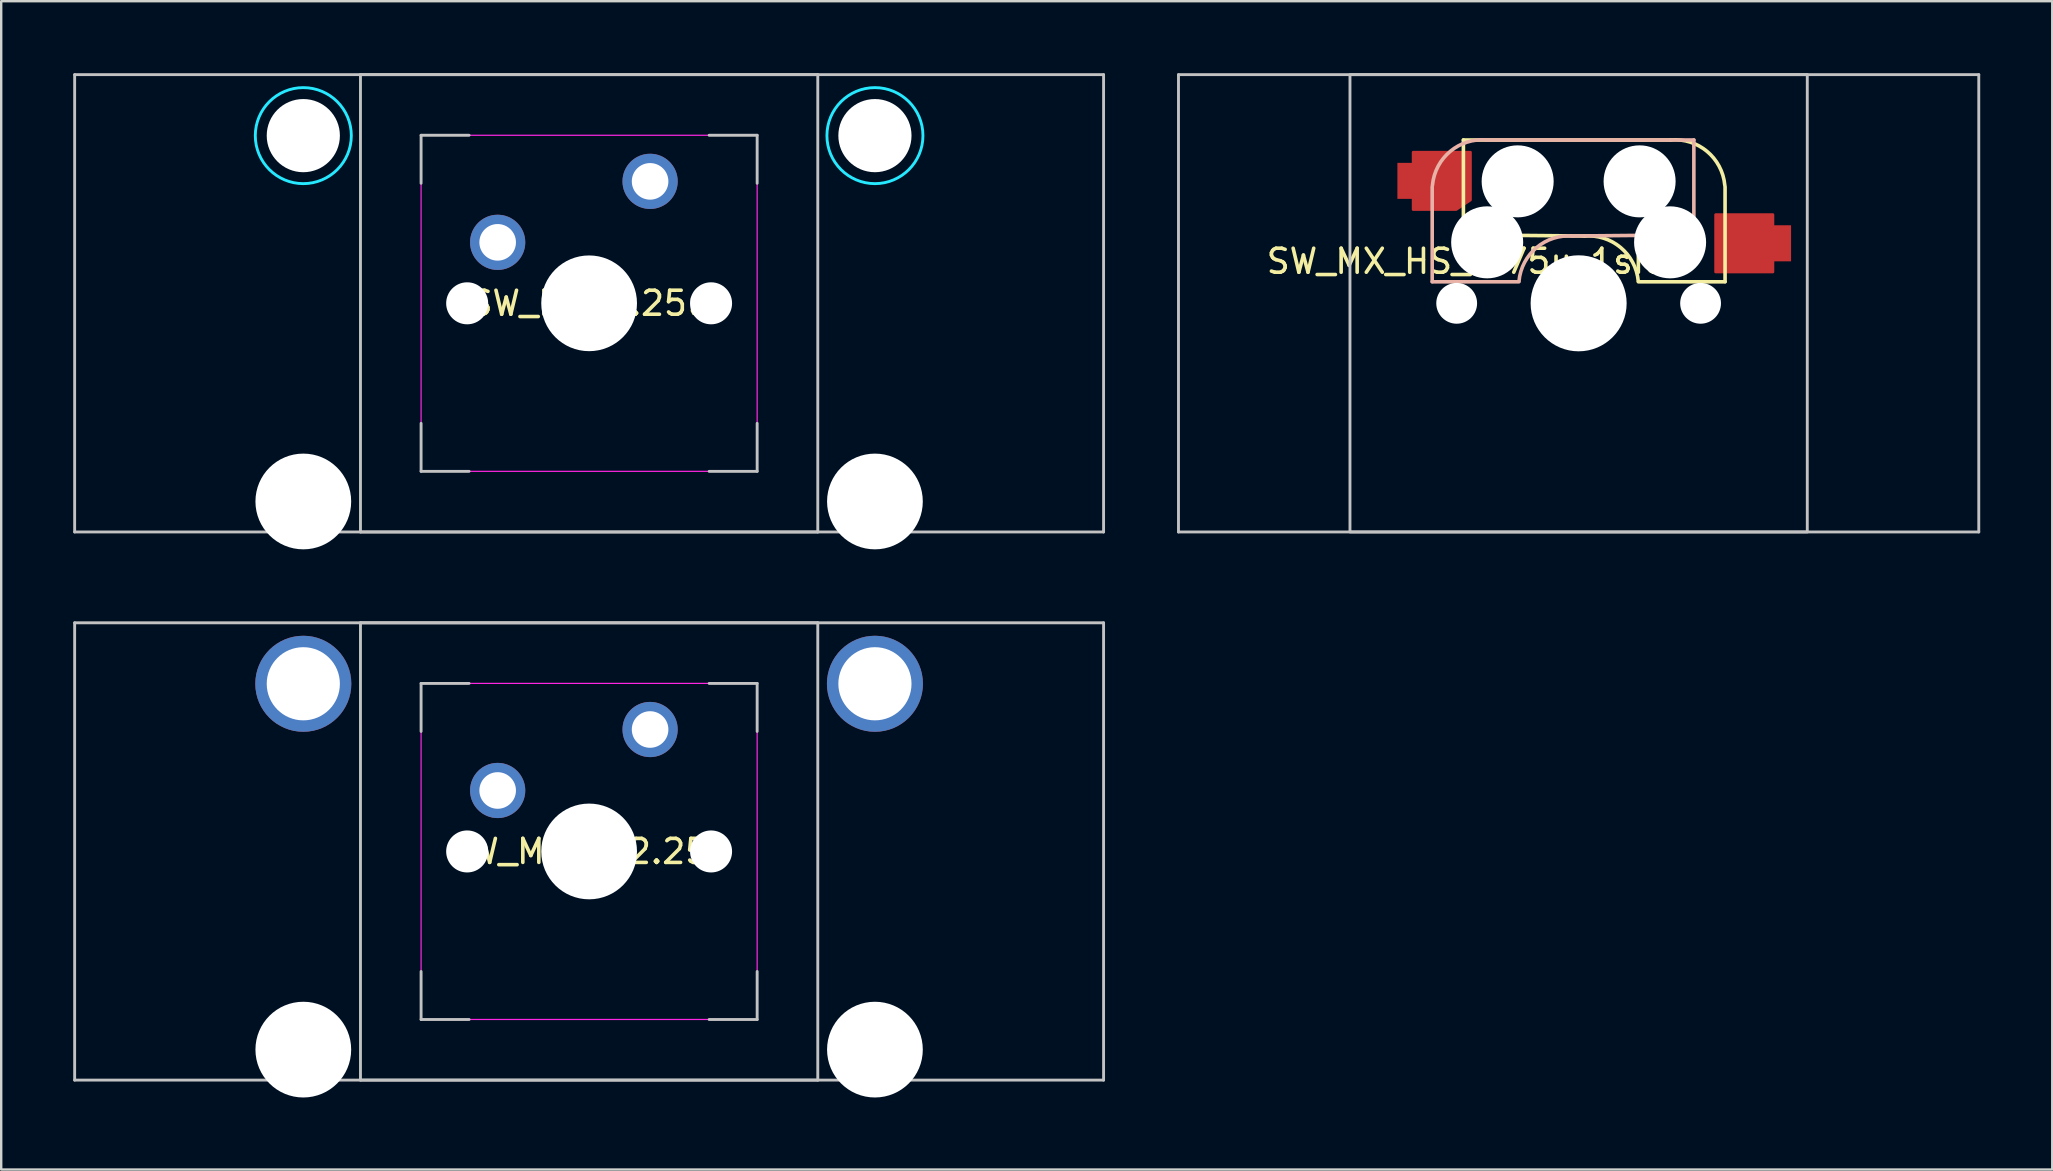
<source format=kicad_pcb>
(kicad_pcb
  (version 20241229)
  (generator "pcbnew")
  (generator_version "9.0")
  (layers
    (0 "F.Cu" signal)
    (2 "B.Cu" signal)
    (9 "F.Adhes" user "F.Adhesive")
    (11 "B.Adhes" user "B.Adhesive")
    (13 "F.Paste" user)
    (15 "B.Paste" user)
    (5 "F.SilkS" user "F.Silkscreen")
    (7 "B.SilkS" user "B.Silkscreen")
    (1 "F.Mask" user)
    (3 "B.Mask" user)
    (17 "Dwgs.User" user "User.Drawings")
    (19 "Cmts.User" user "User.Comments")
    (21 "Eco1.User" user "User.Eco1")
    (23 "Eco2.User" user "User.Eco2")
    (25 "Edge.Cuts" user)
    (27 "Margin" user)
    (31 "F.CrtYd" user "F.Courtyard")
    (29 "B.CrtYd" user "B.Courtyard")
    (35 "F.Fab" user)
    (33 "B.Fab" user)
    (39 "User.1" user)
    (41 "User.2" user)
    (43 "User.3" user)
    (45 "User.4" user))
  (footprint "SW_MX_P_2.25u"
    (layer "F.Cu")
    (at 21.491 32.419)
    (property "Reference" "SW_MX_P_2.25u" (at 0 0 0) (layer "F.SilkS") (effects (font (size 1 1) (thickness 0.15))))
    (attr through_hole exclude_from_pos_files exclude_from_bom)
    (fp_line (start -21.431 -9.525) (end -21.431 9.525) (stroke (width 0.12) (type solid)) (layer "Dwgs.User"))
    (fp_line (start -21.431 -9.525) (end 21.431 -9.525) (stroke (width 0.12) (type solid)) (layer "Dwgs.User"))
    (fp_line (start -21.431 9.525) (end 21.431 9.525) (stroke (width 0.12) (type solid)) (layer "Dwgs.User"))
    (fp_line (start -9.525 -9.525) (end -9.525 9.525) (stroke (width 0.12) (type solid)) (layer "Dwgs.User"))
    (fp_line (start -9.525 9.525) (end 9.525 9.525) (stroke (width 0.12) (type solid)) (layer "Dwgs.User"))
    (fp_line (start -7 -7) (end -5 -7) (stroke (width 0.12) (type solid)) (layer "Dwgs.User"))
    (fp_line (start -7 -5) (end -7 -7) (stroke (width 0.12) (type solid)) (layer "Dwgs.User"))
    (fp_line (start -7 7) (end -7 5) (stroke (width 0.12) (type solid)) (layer "Dwgs.User"))
    (fp_line (start -5 7) (end -7 7) (stroke (width 0.12) (type solid)) (layer "Dwgs.User"))
    (fp_line (start 5 -7) (end 7 -7) (stroke (width 0.12) (type solid)) (layer "Dwgs.User"))
    (fp_line (start 5 7) (end 7 7) (stroke (width 0.12) (type solid)) (layer "Dwgs.User"))
    (fp_line (start 7 -7) (end 7 -5) (stroke (width 0.12) (type solid)) (layer "Dwgs.User"))
    (fp_line (start 7 7) (end 7 5) (stroke (width 0.12) (type solid)) (layer "Dwgs.User"))
    (fp_line (start 9.525 -9.525) (end -9.525 -9.525) (stroke (width 0.12) (type solid)) (layer "Dwgs.User"))
    (fp_line (start 9.525 9.525) (end 9.525 -9.525) (stroke (width 0.12) (type solid)) (layer "Dwgs.User"))
    (fp_line (start 21.431 -9.525) (end 21.431 9.525) (stroke (width 0.12) (type solid)) (layer "Dwgs.User"))
    (fp_line (start -15.281 -5.5) (end -15.281 7.5) (stroke (width 0.05) (type solid)) (layer "Eco2.User"))
    (fp_line (start -14.781 -6) (end -9.031 -6) (stroke (width 0.05) (type solid)) (layer "Eco2.User"))
    (fp_line (start -14.781 8) (end -9.031 8) (stroke (width 0.05) (type solid)) (layer "Eco2.User"))
    (fp_line (start -8.531 -5.5) (end -8.531 7.5) (stroke (width 0.05) (type solid)) (layer "Eco2.User"))
    (fp_line (start -7 6.5) (end -7 -6.5) (stroke (width 0.05) (type solid)) (layer "Eco2.User"))
    (fp_line (start -6.5 -7) (end 6.5 -7) (stroke (width 0.05) (type solid)) (layer "Eco2.User"))
    (fp_line (start 6.5 7) (end -6.5 7) (stroke (width 0.05) (type solid)) (layer "Eco2.User"))
    (fp_line (start 7 -6.5) (end 7 6.5) (stroke (width 0.05) (type solid)) (layer "Eco2.User"))
    (fp_line (start 8.531 -5.5) (end 8.531 7.5) (stroke (width 0.05) (type solid)) (layer "Eco2.User"))
    (fp_line (start 9.031 -6) (end 14.78 -6) (stroke (width 0.05) (type solid)) (layer "Eco2.User"))
    (fp_line (start 9.031 8) (end 14.781 8) (stroke (width 0.05) (type solid)) (layer "Eco2.User"))
    (fp_line (start 15.28 -5.5) (end 15.281 7.5) (stroke (width 0.05) (type solid)) (layer "Eco2.User"))
    (fp_arc (start -15.28125 -5.499999) (mid -15.134803 -5.853552) (end -14.78125 -5.999999) (stroke (width 0.05) (type solid)) (layer "Eco2.User"))
    (fp_arc (start -14.78125 8.000001) (mid -15.134803 7.853554) (end -15.28125 7.500001) (stroke (width 0.05) (type solid)) (layer "Eco2.User"))
    (fp_arc (start -9.03125 -5.999999) (mid -8.677697 -5.853552) (end -8.53125 -5.499999) (stroke (width 0.05) (type solid)) (layer "Eco2.User"))
    (fp_arc (start -8.53125 7.500001) (mid -8.677697 7.853554) (end -9.03125 8.000001) (stroke (width 0.05) (type solid)) (layer "Eco2.User"))
    (fp_arc (start -7 -6.5) (mid -6.853553 -6.853553) (end -6.5 -7) (stroke (width 0.05) (type solid)) (layer "Eco2.User"))
    (fp_arc (start -6.5 7) (mid -6.853553 6.853553) (end -7 6.5) (stroke (width 0.05) (type solid)) (layer "Eco2.User"))
    (fp_arc (start 6.5 -7) (mid 6.853553 -6.853553) (end 7 -6.5) (stroke (width 0.05) (type solid)) (layer "Eco2.User"))
    (fp_arc (start 6.997236 6.498884) (mid 6.850789 6.852437) (end 6.497236 6.998884) (stroke (width 0.05) (type solid)) (layer "Eco2.User"))
    (fp_arc (start 8.53125 -5.499999) (mid 8.677697 -5.853552) (end 9.03125 -5.999999) (stroke (width 0.05) (type solid)) (layer "Eco2.User"))
    (fp_arc (start 9.03125 8.000001) (mid 8.677697 7.853554) (end 8.53125 7.500001) (stroke (width 0.05) (type solid)) (layer "Eco2.User"))
    (fp_arc (start 14.780039 -5.999999) (mid 15.133592 -5.853552) (end 15.280039 -5.499999) (stroke (width 0.05) (type solid)) (layer "Eco2.User"))
    (fp_arc (start 15.28125 7.500001) (mid 15.134803 7.853554) (end 14.78125 8.000001) (stroke (width 0.05) (type solid)) (layer "Eco2.User"))
    (fp_line (start -7 -7) (end -7 7) (stroke (width 0.05) (type solid)) (layer "F.CrtYd"))
    (fp_line (start -7 7) (end 7 7) (stroke (width 0.05) (type solid)) (layer "F.CrtYd"))
    (fp_line (start 7 -7) (end -7 -7) (stroke (width 0.05) (type solid)) (layer "F.CrtYd"))
    (fp_line (start 7 7) (end 7 -7) (stroke (width 0.05) (type solid)) (layer "F.CrtYd"))
    (pad "" thru_hole circle (at -11.906 -6.985) (size 4 4) (drill 3.048) (layers "*.Cu" "B.Mask"))
    (pad "" np_thru_hole circle (at -11.906 8.255) (size 3.988 3.988) (drill 3.988) (layers "*.Cu" "*.Mask"))
    (pad "" np_thru_hole circle (at -5.08 0) (size 1.75 1.75) (drill 1.75) (layers "*.Cu" "*.Mask"))
    (pad "" np_thru_hole circle (at 0 0) (size 3.988 3.988) (drill 3.988) (layers "*.Cu" "*.Mask"))
    (pad "" np_thru_hole circle (at 5.08 0) (size 1.75 1.75) (drill 1.75) (layers "*.Cu" "*.Mask"))
    (pad "" thru_hole circle (at 11.906 -6.985) (size 4 4) (drill 3.048) (layers "*.Cu" "B.Mask"))
    (pad "" np_thru_hole circle (at 11.906 8.255) (size 3.988 3.988) (drill 3.988) (layers "*.Cu" "*.Mask"))
    (pad "1" thru_hole circle (at -3.81 -2.54) (size 2.3 2.3) (drill 1.524) (layers "*.Cu" "B.Mask"))
    (pad "2" thru_hole circle (at 2.54 -5.08) (size 2.3 2.3) (drill 1.524) (layers "*.Cu" "B.Mask")))
  (footprint "SW_MX_2.25u"
    (layer "F.Cu")
    (at 21.491 9.585)
    (property "Reference" "SW_MX_2.25u" (at 0 0 0) (layer "F.SilkS") (effects (font (size 1 1) (thickness 0.15))))
    (attr through_hole exclude_from_pos_files exclude_from_bom)
    (fp_line (start -21.431 -9.525) (end -21.431 9.525) (stroke (width 0.12) (type solid)) (layer "Dwgs.User"))
    (fp_line (start -21.431 -9.525) (end 21.431 -9.525) (stroke (width 0.12) (type solid)) (layer "Dwgs.User"))
    (fp_line (start -21.431 9.525) (end 21.431 9.525) (stroke (width 0.12) (type solid)) (layer "Dwgs.User"))
    (fp_line (start -9.525 -9.525) (end -9.525 9.525) (stroke (width 0.12) (type solid)) (layer "Dwgs.User"))
    (fp_line (start -9.525 9.525) (end 9.525 9.525) (stroke (width 0.12) (type solid)) (layer "Dwgs.User"))
    (fp_line (start -7 -7) (end -5 -7) (stroke (width 0.12) (type solid)) (layer "Dwgs.User"))
    (fp_line (start -7 -5) (end -7 -7) (stroke (width 0.12) (type solid)) (layer "Dwgs.User"))
    (fp_line (start -7 7) (end -7 5) (stroke (width 0.12) (type solid)) (layer "Dwgs.User"))
    (fp_line (start -5 7) (end -7 7) (stroke (width 0.12) (type solid)) (layer "Dwgs.User"))
    (fp_line (start 5 -7) (end 7 -7) (stroke (width 0.12) (type solid)) (layer "Dwgs.User"))
    (fp_line (start 5 7) (end 7 7) (stroke (width 0.12) (type solid)) (layer "Dwgs.User"))
    (fp_line (start 7 -7) (end 7 -5) (stroke (width 0.12) (type solid)) (layer "Dwgs.User"))
    (fp_line (start 7 7) (end 7 5) (stroke (width 0.12) (type solid)) (layer "Dwgs.User"))
    (fp_line (start 9.525 -9.525) (end -9.525 -9.525) (stroke (width 0.12) (type solid)) (layer "Dwgs.User"))
    (fp_line (start 9.525 9.525) (end 9.525 -9.525) (stroke (width 0.12) (type solid)) (layer "Dwgs.User"))
    (fp_line (start 21.431 -9.525) (end 21.431 9.525) (stroke (width 0.12) (type solid)) (layer "Dwgs.User"))
    (fp_line (start -15.281 -5.5) (end -15.281 7.5) (stroke (width 0.05) (type solid)) (layer "Eco2.User"))
    (fp_line (start -14.781 -6) (end -9.031 -6) (stroke (width 0.05) (type solid)) (layer "Eco2.User"))
    (fp_line (start -14.781 8) (end -9.031 8) (stroke (width 0.05) (type solid)) (layer "Eco2.User"))
    (fp_line (start -8.531 -5.5) (end -8.531 7.5) (stroke (width 0.05) (type solid)) (layer "Eco2.User"))
    (fp_line (start -7 6.5) (end -7 -6.5) (stroke (width 0.05) (type solid)) (layer "Eco2.User"))
    (fp_line (start -6.5 -7) (end 6.5 -7) (stroke (width 0.05) (type solid)) (layer "Eco2.User"))
    (fp_line (start 6.5 7) (end -6.5 7) (stroke (width 0.05) (type solid)) (layer "Eco2.User"))
    (fp_line (start 7 -6.5) (end 7 6.5) (stroke (width 0.05) (type solid)) (layer "Eco2.User"))
    (fp_line (start 8.531 -5.5) (end 8.531 7.5) (stroke (width 0.05) (type solid)) (layer "Eco2.User"))
    (fp_line (start 9.031 -6) (end 14.78 -6) (stroke (width 0.05) (type solid)) (layer "Eco2.User"))
    (fp_line (start 9.031 8) (end 14.781 8) (stroke (width 0.05) (type solid)) (layer "Eco2.User"))
    (fp_line (start 15.28 -5.5) (end 15.281 7.5) (stroke (width 0.05) (type solid)) (layer "Eco2.User"))
    (fp_arc (start -15.28125 -5.499999) (mid -15.134803 -5.853552) (end -14.78125 -5.999999) (stroke (width 0.05) (type solid)) (layer "Eco2.User"))
    (fp_arc (start -14.78125 8.000001) (mid -15.134803 7.853554) (end -15.28125 7.500001) (stroke (width 0.05) (type solid)) (layer "Eco2.User"))
    (fp_arc (start -9.03125 -5.999999) (mid -8.677697 -5.853552) (end -8.53125 -5.499999) (stroke (width 0.05) (type solid)) (layer "Eco2.User"))
    (fp_arc (start -8.53125 7.500001) (mid -8.677697 7.853554) (end -9.03125 8.000001) (stroke (width 0.05) (type solid)) (layer "Eco2.User"))
    (fp_arc (start -7 -6.5) (mid -6.853553 -6.853553) (end -6.5 -7) (stroke (width 0.05) (type solid)) (layer "Eco2.User"))
    (fp_arc (start -6.5 7) (mid -6.853553 6.853553) (end -7 6.5) (stroke (width 0.05) (type solid)) (layer "Eco2.User"))
    (fp_arc (start 6.5 -7) (mid 6.853553 -6.853553) (end 7 -6.5) (stroke (width 0.05) (type solid)) (layer "Eco2.User"))
    (fp_arc (start 6.997236 6.498884) (mid 6.850789 6.852437) (end 6.497236 6.998884) (stroke (width 0.05) (type solid)) (layer "Eco2.User"))
    (fp_arc (start 8.53125 -5.499999) (mid 8.677697 -5.853552) (end 9.03125 -5.999999) (stroke (width 0.05) (type solid)) (layer "Eco2.User"))
    (fp_arc (start 9.03125 8.000001) (mid 8.677697 7.853554) (end 8.53125 7.500001) (stroke (width 0.05) (type solid)) (layer "Eco2.User"))
    (fp_arc (start 14.780039 -5.999999) (mid 15.133592 -5.853552) (end 15.280039 -5.499999) (stroke (width 0.05) (type solid)) (layer "Eco2.User"))
    (fp_arc (start 15.28125 7.500001) (mid 15.134803 7.853554) (end 14.78125 8.000001) (stroke (width 0.05) (type solid)) (layer "Eco2.User"))
    (fp_circle (center -11.906 -6.985) (end -9.906 -6.985) (stroke (width 0.12) (type solid)) (fill no) (layer "B.CrtYd"))
    (fp_circle (center 11.906 -6.985) (end 13.906 -6.985) (stroke (width 0.12) (type solid)) (fill no) (layer "B.CrtYd"))
    (fp_line (start -7 -7) (end -7 7) (stroke (width 0.05) (type solid)) (layer "F.CrtYd"))
    (fp_line (start -7 7) (end 7 7) (stroke (width 0.05) (type solid)) (layer "F.CrtYd"))
    (fp_line (start 7 -7) (end -7 -7) (stroke (width 0.05) (type solid)) (layer "F.CrtYd"))
    (fp_line (start 7 7) (end 7 -7) (stroke (width 0.05) (type solid)) (layer "F.CrtYd"))
    (pad "" np_thru_hole circle (at -11.906 -6.985) (size 3.048 3.048) (drill 3.048) (layers "*.Cu" "*.Mask"))
    (pad "" np_thru_hole circle (at -11.906 8.255) (size 3.988 3.988) (drill 3.988) (layers "*.Cu" "*.Mask"))
    (pad "" np_thru_hole circle (at -5.08 0) (size 1.75 1.75) (drill 1.75) (layers "*.Cu" "*.Mask"))
    (pad "" np_thru_hole circle (at 0 0) (size 3.988 3.988) (drill 3.988) (layers "*.Cu" "*.Mask"))
    (pad "" np_thru_hole circle (at 5.08 0) (size 1.75 1.75) (drill 1.75) (layers "*.Cu" "*.Mask"))
    (pad "" np_thru_hole circle (at 11.906 -6.985) (size 3.048 3.048) (drill 3.048) (layers "*.Cu" "*.Mask"))
    (pad "" np_thru_hole circle (at 11.906 8.255) (size 3.988 3.988) (drill 3.988) (layers "*.Cu" "*.Mask"))
    (pad "1" thru_hole circle (at -3.81 -2.54) (size 2.3 2.3) (drill 1.524) (layers "*.Cu" "B.Mask"))
    (pad "2" thru_hole circle (at 2.54 -5.08) (size 2.3 2.3) (drill 1.524) (layers "*.Cu" "B.Mask")))
  (footprint "SW_MX_HS_1.75u_1side"
    (layer "F.Cu")
    (at 62.711 9.585)
    (property "Reference" "SW_MX_HS_1.75u_1side" (at -4.25 -1.75 0) (layer "F.SilkS") (effects (font (size 1 1) (thickness 0.15))))
    (attr smd)
    (fp_line (start -4.8 -6.804) (end 3.825 -6.804) (stroke (width 0.15) (type solid)) (layer "F.SilkS"))
    (fp_line (start -4.8 -2.896) (end -4.8 -6.804) (stroke (width 0.15) (type solid)) (layer "F.SilkS"))
    (fp_line (start -4.8 -2.85) (end 0.25 -2.804) (stroke (width 0.15) (type solid)) (layer "F.SilkS"))
    (fp_line (start 6.1 -4.85) (end 6.1 -0.905) (stroke (width 0.15) (type solid)) (layer "F.SilkS"))
    (fp_line (start 6.1 -0.896) (end 2.49 -0.896) (stroke (width 0.15) (type solid)) (layer "F.SilkS"))
    (fp_arc (start 0.225 -2.8) (mid 1.74436 -2.328062) (end 2.485001 -0.920001) (stroke (width 0.15) (type solid)) (layer "F.SilkS"))
    (fp_arc (start 3.825 -6.804) (mid 5.347189 -6.33089) (end 6.089 -4.92) (stroke (width 0.15) (type solid)) (layer "F.SilkS"))
    (fp_line (start -6.1 -4.85) (end -6.1 -0.905) (stroke (width 0.15) (type solid)) (layer "B.SilkS"))
    (fp_line (start -6.1 -0.896) (end -2.49 -0.896) (stroke (width 0.15) (type solid)) (layer "B.SilkS"))
    (fp_line (start 4.8 -6.804) (end -3.825 -6.804) (stroke (width 0.15) (type solid)) (layer "B.SilkS"))
    (fp_line (start 4.8 -2.896) (end 4.8 -6.804) (stroke (width 0.15) (type solid)) (layer "B.SilkS"))
    (fp_line (start 4.8 -2.85) (end -0.25 -2.804) (stroke (width 0.15) (type solid)) (layer "B.SilkS"))
    (fp_arc (start -6.089 -4.92) (mid -5.347189 -6.33089) (end -3.825 -6.804) (stroke (width 0.15) (type solid)) (layer "B.SilkS"))
    (fp_arc (start -2.484999 -0.920001) (mid -1.74436 -2.328061) (end -0.225 -2.8) (stroke (width 0.15) (type solid)) (layer "B.SilkS"))
    (fp_line (start -16.669 -9.525) (end 16.669 -9.525) (stroke (width 0.12) (type solid)) (layer "Dwgs.User"))
    (fp_line (start -16.669 9.525) (end -16.669 -9.525) (stroke (width 0.12) (type solid)) (layer "Dwgs.User"))
    (fp_line (start 16.669 -9.525) (end 16.669 9.525) (stroke (width 0.12) (type solid)) (layer "Dwgs.User"))
    (fp_line (start 16.669 9.525) (end -16.669 9.525) (stroke (width 0.12) (type solid)) (layer "Dwgs.User"))
    (fp_rect (start -9.525 -9.525) (end 9.525 9.525) (stroke (width 0.12) (type solid)) (fill no) (layer "Dwgs.User"))
    (fp_line (start -7 -7) (end 7 -7) (stroke (width 0.15) (type solid)) (layer "Eco2.User"))
    (fp_line (start -7 7) (end -7 -7) (stroke (width 0.15) (type solid)) (layer "Eco2.User"))
    (fp_line (start 7 -7) (end 7 7) (stroke (width 0.15) (type solid)) (layer "Eco2.User"))
    (fp_line (start 7 7) (end -7 7) (stroke (width 0.15) (type solid)) (layer "Eco2.User"))
    (pad "" np_thru_hole circle (at -5.08 0) (size 1.7 1.7) (drill 1.7) (layers "*.Cu" "*.Mask"))
    (pad "" np_thru_hole circle (at -3.81 -2.54 180) (size 3 3) (drill 3) (layers "*.Cu" "*.Mask"))
    (pad "" np_thru_hole circle (at -2.54 -5.08 180) (size 3 3) (drill 3) (layers "*.Cu" "*.Mask"))
    (pad "" np_thru_hole circle (at 0 0 90) (size 4 4) (drill 4) (layers "*.Cu" "*.Mask"))
    (pad "" np_thru_hole circle (at 2.54 -5.08 180) (size 3 3) (drill 3) (layers "*.Cu" "*.Mask"))
    (pad "" np_thru_hole circle (at 3.81 -2.54 180) (size 3 3) (drill 3) (layers "*.Cu" "*.Mask"))
    (pad "" np_thru_hole circle (at 5.08 0) (size 1.7 1.7) (drill 1.7) (layers "*.Cu" "*.Mask"))
    (pad "1" smd custom (at -7.2 -5.1) (size 0.7 1.5) (layers "F.Cu" "F.Mask" "F.Paste") (options (anchor rect)) (primitives (gr_poly (pts (xy 0.3 -1.2) (xy 0.3 1.2) (xy 2.1 1.2) (xy 2.7 0.8) (xy 2.7 -1.2)) (width 0.1) (fill yes))))
    (pad "2" smd custom (at 8.5 -2.5) (size 0.7 1.5) (layers "F.Cu" "F.Mask" "F.Paste") (options (anchor rect)) (primitives (gr_poly (pts (xy -2.8 -1.2) (xy -0.4 -1.2) (xy -0.4 1.2) (xy -2.8 1.2)) (width 0.1) (fill yes)))))
  (gr_rect
    (start -3 -3)
    (end 82.44 45.668)
    (stroke (width 0.1) (type default))
    (fill no)
    (layer "Edge.Cuts")))
</source>
